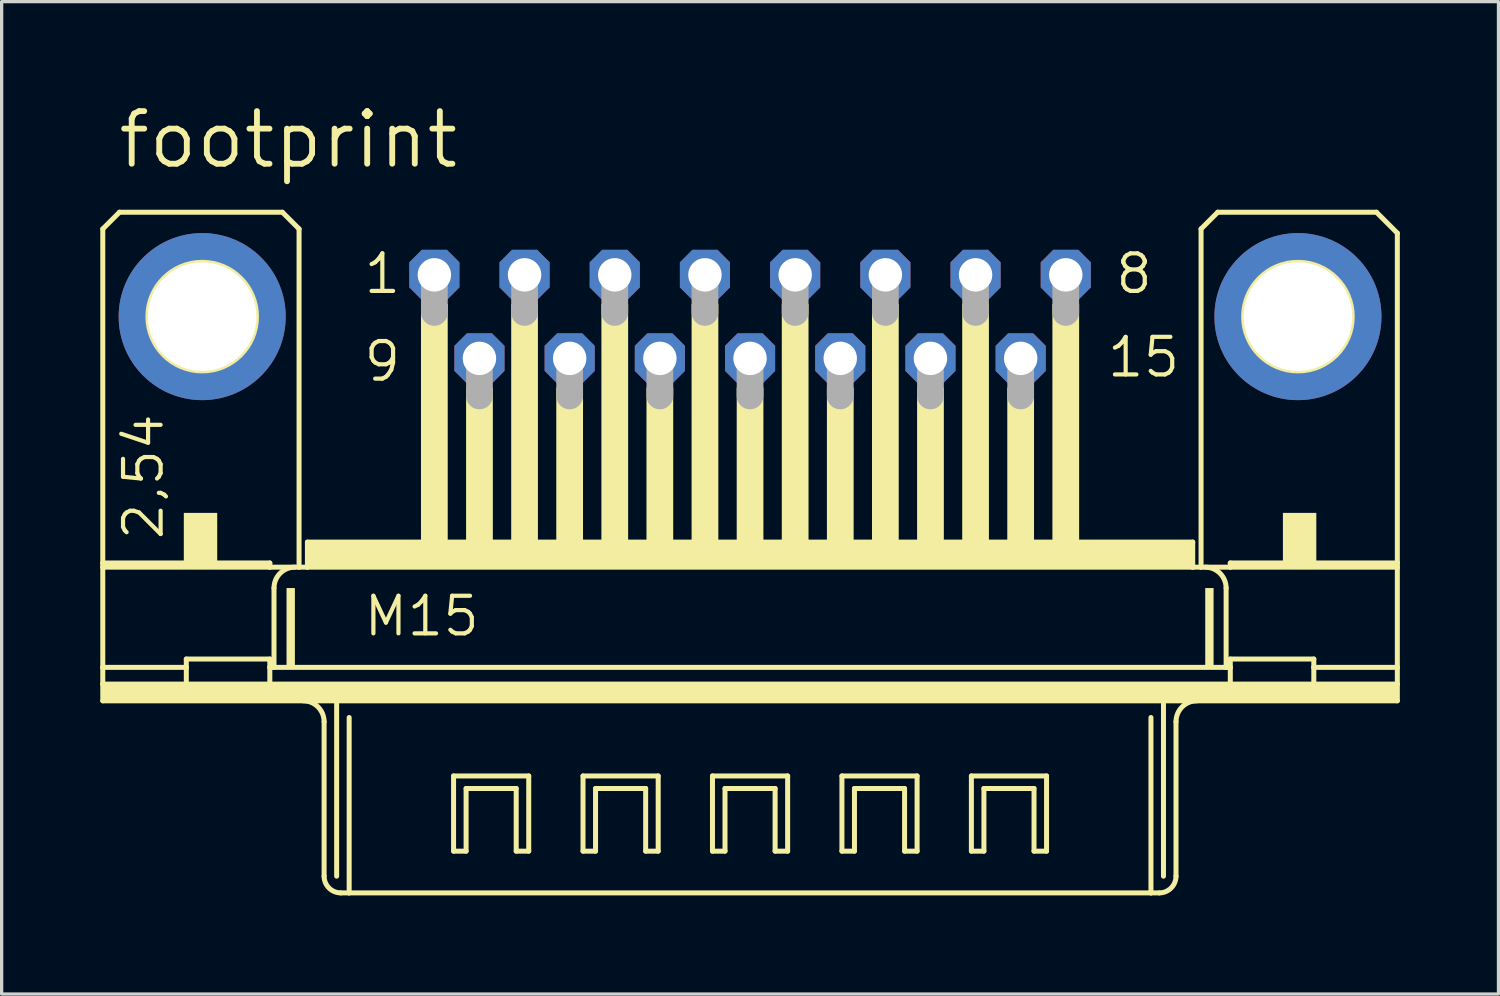
<source format=kicad_pcb>
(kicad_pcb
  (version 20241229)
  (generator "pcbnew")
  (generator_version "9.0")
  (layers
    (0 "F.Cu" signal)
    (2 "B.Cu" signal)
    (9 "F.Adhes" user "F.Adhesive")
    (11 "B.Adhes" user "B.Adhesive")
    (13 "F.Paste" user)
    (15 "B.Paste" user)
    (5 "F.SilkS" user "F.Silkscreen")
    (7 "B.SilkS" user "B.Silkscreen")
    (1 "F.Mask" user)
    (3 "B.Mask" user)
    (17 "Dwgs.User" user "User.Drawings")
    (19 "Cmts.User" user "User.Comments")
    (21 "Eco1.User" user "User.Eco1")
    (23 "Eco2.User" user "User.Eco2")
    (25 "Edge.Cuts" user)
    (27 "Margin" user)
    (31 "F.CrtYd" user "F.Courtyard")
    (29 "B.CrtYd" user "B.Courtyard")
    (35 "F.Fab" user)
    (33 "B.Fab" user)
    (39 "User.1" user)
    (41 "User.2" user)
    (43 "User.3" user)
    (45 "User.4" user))
  (footprint "footprint"
    (layer "F.Cu")
    (at 19.761 6.579)
    (property "Reference" "footprint" (at -19.304 -4.445 0) (layer "F.SilkS") (effects (font (size 1.6 1.6) (thickness 0.178)) (justify left bottom)))
    (fp_line (start -19.685 -2.667) (end -19.685 7.493) (stroke (width 0.152) (type solid)) (layer "F.SilkS"))
    (fp_line (start -19.685 7.62) (end -19.685 7.493) (stroke (width 0.152) (type solid)) (layer "F.SilkS"))
    (fp_line (start -19.685 10.668) (end -19.685 7.62) (stroke (width 0.152) (type solid)) (layer "F.SilkS"))
    (fp_line (start -19.685 11.176) (end -19.685 10.668) (stroke (width 0.152) (type solid)) (layer "F.SilkS"))
    (fp_line (start -19.685 11.684) (end -19.685 11.176) (stroke (width 0.152) (type solid)) (layer "F.SilkS"))
    (fp_line (start -19.177 -3.175) (end -19.685 -2.667) (stroke (width 0.152) (type solid)) (layer "F.SilkS"))
    (fp_line (start -17.145 10.668) (end -19.685 10.668) (stroke (width 0.152) (type solid)) (layer "F.SilkS"))
    (fp_line (start -17.145 10.668) (end -17.145 10.414) (stroke (width 0.152) (type solid)) (layer "F.SilkS"))
    (fp_line (start -17.145 10.668) (end -17.145 11.176) (stroke (width 0.152) (type solid)) (layer "F.SilkS"))
    (fp_line (start -17.145 11.176) (end -19.685 11.176) (stroke (width 0.152) (type solid)) (layer "F.SilkS"))
    (fp_line (start -14.605 7.493) (end -19.685 7.493) (stroke (width 0.152) (type solid)) (layer "F.SilkS"))
    (fp_line (start -14.605 7.493) (end -14.605 7.62) (stroke (width 0.152) (type solid)) (layer "F.SilkS"))
    (fp_line (start -14.605 7.62) (end -19.685 7.62) (stroke (width 0.152) (type solid)) (layer "F.SilkS"))
    (fp_line (start -14.605 10.414) (end -17.145 10.414) (stroke (width 0.152) (type solid)) (layer "F.SilkS"))
    (fp_line (start -14.605 10.414) (end -14.605 10.668) (stroke (width 0.152) (type solid)) (layer "F.SilkS"))
    (fp_line (start -14.605 10.668) (end -14.605 11.176) (stroke (width 0.152) (type solid)) (layer "F.SilkS"))
    (fp_line (start -14.605 11.176) (end -17.145 11.176) (stroke (width 0.152) (type solid)) (layer "F.SilkS"))
    (fp_line (start -14.478 8.255) (end -14.478 10.668) (stroke (width 0.152) (type solid)) (layer "F.SilkS"))
    (fp_line (start -14.478 10.668) (end -14.605 10.668) (stroke (width 0.152) (type solid)) (layer "F.SilkS"))
    (fp_line (start -14.224 -3.175) (end -19.177 -3.175) (stroke (width 0.152) (type solid)) (layer "F.SilkS"))
    (fp_line (start -13.716 -2.667) (end -14.224 -3.175) (stroke (width 0.152) (type solid)) (layer "F.SilkS"))
    (fp_line (start -13.716 -2.667) (end -13.716 7.62) (stroke (width 0.152) (type solid)) (layer "F.SilkS"))
    (fp_line (start -13.716 7.62) (end -14.605 7.62) (stroke (width 0.152) (type solid)) (layer "F.SilkS"))
    (fp_line (start -13.462 7.62) (end -13.716 7.62) (stroke (width 0.152) (type solid)) (layer "F.SilkS"))
    (fp_line (start -13.462 7.62) (end -13.462 6.858) (stroke (width 0.152) (type solid)) (layer "F.SilkS"))
    (fp_line (start -12.954 12.319) (end -12.954 17.018) (stroke (width 0.152) (type solid)) (layer "F.SilkS"))
    (fp_line (start -12.573 11.684) (end -19.685 11.684) (stroke (width 0.152) (type solid)) (layer "F.SilkS"))
    (fp_line (start -12.573 11.684) (end -12.573 17.018) (stroke (width 0.152) (type solid)) (layer "F.SilkS"))
    (fp_line (start -12.192 12.192) (end -12.192 17.526) (stroke (width 0.152) (type solid)) (layer "F.SilkS"))
    (fp_line (start -12.192 17.526) (end -12.446 17.526) (stroke (width 0.152) (type solid)) (layer "F.SilkS"))
    (fp_line (start -9.017 13.97) (end -6.731 13.97) (stroke (width 0.152) (type solid)) (layer "F.SilkS"))
    (fp_line (start -9.017 16.256) (end -9.017 13.97) (stroke (width 0.152) (type solid)) (layer "F.SilkS"))
    (fp_line (start -8.636 14.351) (end -8.636 16.256) (stroke (width 0.152) (type solid)) (layer "F.SilkS"))
    (fp_line (start -8.636 16.256) (end -9.017 16.256) (stroke (width 0.152) (type solid)) (layer "F.SilkS"))
    (fp_line (start -7.112 14.351) (end -8.636 14.351) (stroke (width 0.152) (type solid)) (layer "F.SilkS"))
    (fp_line (start -7.112 16.256) (end -7.112 14.351) (stroke (width 0.152) (type solid)) (layer "F.SilkS"))
    (fp_line (start -6.731 13.97) (end -6.731 16.256) (stroke (width 0.152) (type solid)) (layer "F.SilkS"))
    (fp_line (start -6.731 16.256) (end -7.112 16.256) (stroke (width 0.152) (type solid)) (layer "F.SilkS"))
    (fp_line (start -5.08 13.97) (end -2.794 13.97) (stroke (width 0.152) (type solid)) (layer "F.SilkS"))
    (fp_line (start -5.08 16.256) (end -5.08 13.97) (stroke (width 0.152) (type solid)) (layer "F.SilkS"))
    (fp_line (start -4.699 14.351) (end -4.699 16.256) (stroke (width 0.152) (type solid)) (layer "F.SilkS"))
    (fp_line (start -4.699 16.256) (end -5.08 16.256) (stroke (width 0.152) (type solid)) (layer "F.SilkS"))
    (fp_line (start -3.175 14.351) (end -4.699 14.351) (stroke (width 0.152) (type solid)) (layer "F.SilkS"))
    (fp_line (start -3.175 16.256) (end -3.175 14.351) (stroke (width 0.152) (type solid)) (layer "F.SilkS"))
    (fp_line (start -2.794 13.97) (end -2.794 16.256) (stroke (width 0.152) (type solid)) (layer "F.SilkS"))
    (fp_line (start -2.794 16.256) (end -3.175 16.256) (stroke (width 0.152) (type solid)) (layer "F.SilkS"))
    (fp_line (start -1.143 13.97) (end 1.143 13.97) (stroke (width 0.152) (type solid)) (layer "F.SilkS"))
    (fp_line (start -1.143 16.256) (end -1.143 13.97) (stroke (width 0.152) (type solid)) (layer "F.SilkS"))
    (fp_line (start -0.762 14.351) (end -0.762 16.256) (stroke (width 0.152) (type solid)) (layer "F.SilkS"))
    (fp_line (start -0.762 16.256) (end -1.143 16.256) (stroke (width 0.152) (type solid)) (layer "F.SilkS"))
    (fp_line (start 0.762 14.351) (end -0.762 14.351) (stroke (width 0.152) (type solid)) (layer "F.SilkS"))
    (fp_line (start 0.762 16.256) (end 0.762 14.351) (stroke (width 0.152) (type solid)) (layer "F.SilkS"))
    (fp_line (start 1.143 13.97) (end 1.143 16.256) (stroke (width 0.152) (type solid)) (layer "F.SilkS"))
    (fp_line (start 1.143 16.256) (end 0.762 16.256) (stroke (width 0.152) (type solid)) (layer "F.SilkS"))
    (fp_line (start 2.794 13.97) (end 5.08 13.97) (stroke (width 0.152) (type solid)) (layer "F.SilkS"))
    (fp_line (start 2.794 16.256) (end 2.794 13.97) (stroke (width 0.152) (type solid)) (layer "F.SilkS"))
    (fp_line (start 3.175 14.351) (end 3.175 16.256) (stroke (width 0.152) (type solid)) (layer "F.SilkS"))
    (fp_line (start 3.175 16.256) (end 2.794 16.256) (stroke (width 0.152) (type solid)) (layer "F.SilkS"))
    (fp_line (start 4.699 14.351) (end 3.175 14.351) (stroke (width 0.152) (type solid)) (layer "F.SilkS"))
    (fp_line (start 4.699 16.256) (end 4.699 14.351) (stroke (width 0.152) (type solid)) (layer "F.SilkS"))
    (fp_line (start 5.08 13.97) (end 5.08 16.256) (stroke (width 0.152) (type solid)) (layer "F.SilkS"))
    (fp_line (start 5.08 16.256) (end 4.699 16.256) (stroke (width 0.152) (type solid)) (layer "F.SilkS"))
    (fp_line (start 6.731 13.97) (end 9.017 13.97) (stroke (width 0.152) (type solid)) (layer "F.SilkS"))
    (fp_line (start 6.731 16.256) (end 6.731 13.97) (stroke (width 0.152) (type solid)) (layer "F.SilkS"))
    (fp_line (start 7.112 14.351) (end 7.112 16.256) (stroke (width 0.152) (type solid)) (layer "F.SilkS"))
    (fp_line (start 7.112 16.256) (end 6.731 16.256) (stroke (width 0.152) (type solid)) (layer "F.SilkS"))
    (fp_line (start 8.636 14.351) (end 7.112 14.351) (stroke (width 0.152) (type solid)) (layer "F.SilkS"))
    (fp_line (start 8.636 16.256) (end 8.636 14.351) (stroke (width 0.152) (type solid)) (layer "F.SilkS"))
    (fp_line (start 9.017 13.97) (end 9.017 16.256) (stroke (width 0.152) (type solid)) (layer "F.SilkS"))
    (fp_line (start 9.017 16.256) (end 8.636 16.256) (stroke (width 0.152) (type solid)) (layer "F.SilkS"))
    (fp_line (start 12.192 12.192) (end 12.192 17.526) (stroke (width 0.152) (type solid)) (layer "F.SilkS"))
    (fp_line (start 12.192 17.526) (end -12.192 17.526) (stroke (width 0.152) (type solid)) (layer "F.SilkS"))
    (fp_line (start 12.446 17.526) (end 12.192 17.526) (stroke (width 0.152) (type solid)) (layer "F.SilkS"))
    (fp_line (start 12.573 11.684) (end -12.573 11.684) (stroke (width 0.152) (type solid)) (layer "F.SilkS"))
    (fp_line (start 12.573 11.684) (end 12.573 17.018) (stroke (width 0.152) (type solid)) (layer "F.SilkS"))
    (fp_line (start 12.954 12.319) (end 12.954 17.018) (stroke (width 0.152) (type solid)) (layer "F.SilkS"))
    (fp_line (start 13.462 6.858) (end -13.462 6.858) (stroke (width 0.152) (type solid)) (layer "F.SilkS"))
    (fp_line (start 13.462 7.62) (end -13.462 7.62) (stroke (width 0.152) (type solid)) (layer "F.SilkS"))
    (fp_line (start 13.462 7.62) (end 13.462 6.858) (stroke (width 0.152) (type solid)) (layer "F.SilkS"))
    (fp_line (start 13.716 -2.667) (end 13.716 7.62) (stroke (width 0.152) (type solid)) (layer "F.SilkS"))
    (fp_line (start 13.716 7.62) (end 13.462 7.62) (stroke (width 0.152) (type solid)) (layer "F.SilkS"))
    (fp_line (start 14.224 -3.175) (end 13.716 -2.667) (stroke (width 0.152) (type solid)) (layer "F.SilkS"))
    (fp_line (start 14.224 -3.175) (end 19.05 -3.175) (stroke (width 0.152) (type solid)) (layer "F.SilkS"))
    (fp_line (start 14.478 8.255) (end 14.478 10.668) (stroke (width 0.152) (type solid)) (layer "F.SilkS"))
    (fp_line (start 14.478 10.668) (end -14.478 10.668) (stroke (width 0.152) (type solid)) (layer "F.SilkS"))
    (fp_line (start 14.605 7.493) (end 14.605 7.62) (stroke (width 0.152) (type solid)) (layer "F.SilkS"))
    (fp_line (start 14.605 7.62) (end 13.716 7.62) (stroke (width 0.152) (type solid)) (layer "F.SilkS"))
    (fp_line (start 14.605 10.414) (end 14.605 10.668) (stroke (width 0.152) (type solid)) (layer "F.SilkS"))
    (fp_line (start 14.605 10.668) (end 14.478 10.668) (stroke (width 0.152) (type solid)) (layer "F.SilkS"))
    (fp_line (start 14.605 10.668) (end 14.605 11.176) (stroke (width 0.152) (type solid)) (layer "F.SilkS"))
    (fp_line (start 14.605 11.176) (end -14.605 11.176) (stroke (width 0.152) (type solid)) (layer "F.SilkS"))
    (fp_line (start 17.145 10.414) (end 14.605 10.414) (stroke (width 0.152) (type solid)) (layer "F.SilkS"))
    (fp_line (start 17.145 10.668) (end 17.145 10.414) (stroke (width 0.152) (type solid)) (layer "F.SilkS"))
    (fp_line (start 17.145 10.668) (end 17.145 11.176) (stroke (width 0.152) (type solid)) (layer "F.SilkS"))
    (fp_line (start 17.145 11.176) (end 14.605 11.176) (stroke (width 0.152) (type solid)) (layer "F.SilkS"))
    (fp_line (start 19.05 -3.175) (end 19.685 -2.54) (stroke (width 0.152) (type solid)) (layer "F.SilkS"))
    (fp_line (start 19.685 -2.54) (end 19.685 7.493) (stroke (width 0.152) (type solid)) (layer "F.SilkS"))
    (fp_line (start 19.685 7.493) (end 14.605 7.493) (stroke (width 0.152) (type solid)) (layer "F.SilkS"))
    (fp_line (start 19.685 7.62) (end 14.605 7.62) (stroke (width 0.152) (type solid)) (layer "F.SilkS"))
    (fp_line (start 19.685 7.62) (end 19.685 7.493) (stroke (width 0.152) (type solid)) (layer "F.SilkS"))
    (fp_line (start 19.685 7.62) (end 19.685 10.668) (stroke (width 0.152) (type solid)) (layer "F.SilkS"))
    (fp_line (start 19.685 10.668) (end 17.145 10.668) (stroke (width 0.152) (type solid)) (layer "F.SilkS"))
    (fp_line (start 19.685 10.668) (end 19.685 11.176) (stroke (width 0.152) (type solid)) (layer "F.SilkS"))
    (fp_line (start 19.685 11.176) (end 17.145 11.176) (stroke (width 0.152) (type solid)) (layer "F.SilkS"))
    (fp_line (start 19.685 11.176) (end 19.685 11.684) (stroke (width 0.152) (type solid)) (layer "F.SilkS"))
    (fp_line (start 19.685 11.684) (end 12.573 11.684) (stroke (width 0.152) (type solid)) (layer "F.SilkS"))
    (fp_arc (start -14.478 8.255) (mid -14.292013 7.805987) (end -13.843 7.62) (stroke (width 0.1524) (type solid)) (layer "F.SilkS"))
    (fp_arc (start -13.589 11.684) (mid -13.139987 11.869987) (end -12.954 12.319) (stroke (width 0.1524) (type solid)) (layer "F.SilkS"))
    (fp_arc (start -12.446 17.526) (mid -12.80521 17.37721) (end -12.954 17.018) (stroke (width 0.1524) (type solid)) (layer "F.SilkS"))
    (fp_arc (start 12.954 12.319) (mid 13.139987 11.869987) (end 13.589 11.684) (stroke (width 0.1524) (type solid)) (layer "F.SilkS"))
    (fp_arc (start 12.954 17.018) (mid 12.80521 17.37721) (end 12.446 17.526) (stroke (width 0.1524) (type solid)) (layer "F.SilkS"))
    (fp_arc (start 13.843 7.62) (mid 14.292013 7.805987) (end 14.478 8.255) (stroke (width 0.1524) (type solid)) (layer "F.SilkS"))
    (fp_circle (center -16.662 0) (end -15.011 0) (stroke (width 0.152) (type solid)) (fill no) (layer "F.SilkS"))
    (fp_circle (center 16.662 0) (end 18.313 0) (stroke (width 0.152) (type solid)) (fill no) (layer "F.SilkS"))
    (fp_poly (pts (xy -19.685 11.684) (xy 19.685 11.684) (xy 19.685 11.176) (xy -19.685 11.176)) (stroke (width 0) (type solid)) (fill yes) (layer "F.SilkS"))
    (fp_poly (pts (xy -17.221 7.62) (xy -16.205 7.62) (xy -16.205 5.969) (xy -17.221 5.969)) (stroke (width 0) (type solid)) (fill yes) (layer "F.SilkS"))
    (fp_poly (pts (xy -14.097 10.668) (xy -13.843 10.668) (xy -13.843 8.255) (xy -14.097 8.255)) (stroke (width 0) (type solid)) (fill yes) (layer "F.SilkS"))
    (fp_poly (pts (xy -13.462 7.62) (xy 13.462 7.62) (xy 13.462 6.858) (xy -13.462 6.858)) (stroke (width 0) (type solid)) (fill yes) (layer "F.SilkS"))
    (fp_poly (pts (xy -10.008 6.858) (xy -9.195 6.858) (xy -9.195 -0.381) (xy -10.008 -0.381)) (stroke (width 0) (type solid)) (fill yes) (layer "F.SilkS"))
    (fp_poly (pts (xy -8.636 6.858) (xy -7.823 6.858) (xy -7.823 2.159) (xy -8.636 2.159)) (stroke (width 0) (type solid)) (fill yes) (layer "F.SilkS"))
    (fp_poly (pts (xy -7.264 6.858) (xy -6.452 6.858) (xy -6.452 -0.381) (xy -7.264 -0.381)) (stroke (width 0) (type solid)) (fill yes) (layer "F.SilkS"))
    (fp_poly (pts (xy -5.893 6.858) (xy -5.08 6.858) (xy -5.08 2.159) (xy -5.893 2.159)) (stroke (width 0) (type solid)) (fill yes) (layer "F.SilkS"))
    (fp_poly (pts (xy -4.521 6.858) (xy -3.708 6.858) (xy -3.708 -0.381) (xy -4.521 -0.381)) (stroke (width 0) (type solid)) (fill yes) (layer "F.SilkS"))
    (fp_poly (pts (xy -3.15 6.858) (xy -2.337 6.858) (xy -2.337 2.159) (xy -3.15 2.159)) (stroke (width 0) (type solid)) (fill yes) (layer "F.SilkS"))
    (fp_poly (pts (xy -1.778 6.858) (xy -0.965 6.858) (xy -0.965 -0.381) (xy -1.778 -0.381)) (stroke (width 0) (type solid)) (fill yes) (layer "F.SilkS"))
    (fp_poly (pts (xy -0.406 6.858) (xy 0.406 6.858) (xy 0.406 2.159) (xy -0.406 2.159)) (stroke (width 0) (type solid)) (fill yes) (layer "F.SilkS"))
    (fp_poly (pts (xy 0.965 6.858) (xy 1.778 6.858) (xy 1.778 -0.381) (xy 0.965 -0.381)) (stroke (width 0) (type solid)) (fill yes) (layer "F.SilkS"))
    (fp_poly (pts (xy 2.337 6.858) (xy 3.15 6.858) (xy 3.15 2.159) (xy 2.337 2.159)) (stroke (width 0) (type solid)) (fill yes) (layer "F.SilkS"))
    (fp_poly (pts (xy 3.708 6.858) (xy 4.521 6.858) (xy 4.521 -0.381) (xy 3.708 -0.381)) (stroke (width 0) (type solid)) (fill yes) (layer "F.SilkS"))
    (fp_poly (pts (xy 5.08 6.858) (xy 5.893 6.858) (xy 5.893 2.159) (xy 5.08 2.159)) (stroke (width 0) (type solid)) (fill yes) (layer "F.SilkS"))
    (fp_poly (pts (xy 6.452 6.858) (xy 7.264 6.858) (xy 7.264 -0.381) (xy 6.452 -0.381)) (stroke (width 0) (type solid)) (fill yes) (layer "F.SilkS"))
    (fp_poly (pts (xy 7.823 6.858) (xy 8.636 6.858) (xy 8.636 2.159) (xy 7.823 2.159)) (stroke (width 0) (type solid)) (fill yes) (layer "F.SilkS"))
    (fp_poly (pts (xy 9.195 6.858) (xy 10.008 6.858) (xy 10.008 -0.381) (xy 9.195 -0.381)) (stroke (width 0) (type solid)) (fill yes) (layer "F.SilkS"))
    (fp_poly (pts (xy 13.843 10.668) (xy 14.097 10.668) (xy 14.097 8.255) (xy 13.843 8.255)) (stroke (width 0) (type solid)) (fill yes) (layer "F.SilkS"))
    (fp_poly (pts (xy 16.205 7.62) (xy 17.221 7.62) (xy 17.221 5.969) (xy 16.205 5.969)) (stroke (width 0) (type solid)) (fill yes) (layer "F.SilkS"))
    (fp_line (start -9.601 -1.143) (end -9.601 -0.127) (stroke (width 0.813) (type solid)) (layer "F.Fab"))
    (fp_line (start -8.23 1.397) (end -8.23 2.413) (stroke (width 0.813) (type solid)) (layer "F.Fab"))
    (fp_line (start -6.858 -1.143) (end -6.858 -0.127) (stroke (width 0.813) (type solid)) (layer "F.Fab"))
    (fp_line (start -5.486 1.397) (end -5.486 2.413) (stroke (width 0.813) (type solid)) (layer "F.Fab"))
    (fp_line (start -4.115 -1.143) (end -4.115 -0.127) (stroke (width 0.813) (type solid)) (layer "F.Fab"))
    (fp_line (start -2.743 1.397) (end -2.743 2.413) (stroke (width 0.813) (type solid)) (layer "F.Fab"))
    (fp_line (start -1.372 -1.143) (end -1.372 -0.127) (stroke (width 0.813) (type solid)) (layer "F.Fab"))
    (fp_line (start 0 1.397) (end 0 2.413) (stroke (width 0.813) (type solid)) (layer "F.Fab"))
    (fp_line (start 1.372 -1.143) (end 1.372 -0.127) (stroke (width 0.813) (type solid)) (layer "F.Fab"))
    (fp_line (start 2.743 1.397) (end 2.743 2.413) (stroke (width 0.813) (type solid)) (layer "F.Fab"))
    (fp_line (start 4.115 -1.143) (end 4.115 -0.127) (stroke (width 0.813) (type solid)) (layer "F.Fab"))
    (fp_line (start 5.486 1.397) (end 5.486 2.413) (stroke (width 0.813) (type solid)) (layer "F.Fab"))
    (fp_line (start 6.858 -1.143) (end 6.858 -0.127) (stroke (width 0.813) (type solid)) (layer "F.Fab"))
    (fp_line (start 8.23 1.397) (end 8.23 2.413) (stroke (width 0.813) (type solid)) (layer "F.Fab"))
    (fp_line (start 9.601 -1.143) (end 9.601 -0.127) (stroke (width 0.813) (type solid)) (layer "F.Fab"))
    (fp_text user "15" (at 10.795 1.905 0) (layer "F.SilkS") (effects (font (size 1.143 1.143) (thickness 0.127)) (justify left bottom)))
    (fp_text user "M15" (at -11.811 9.779 0) (layer "F.SilkS") (effects (font (size 1.143 1.143) (thickness 0.127)) (justify left bottom)))
    (fp_text user "9" (at -11.811 2.032 0) (layer "F.SilkS") (effects (font (size 1.143 1.143) (thickness 0.127)) (justify left bottom)))
    (fp_text user "1" (at -11.811 -0.635 0) (layer "F.SilkS") (effects (font (size 1.143 1.143) (thickness 0.127)) (justify left bottom)))
    (fp_text user "8" (at 11.049 -0.635 0) (layer "F.SilkS") (effects (font (size 1.143 1.143) (thickness 0.127)) (justify left bottom)))
    (fp_text user "2,54" (at -17.78 6.858 90) (layer "F.SilkS") (effects (font (size 1.143 1.143) (thickness 0.127)) (justify left bottom)))
    (pad "1" thru_hole roundrect (at -9.601 -1.27) (size 1.524 1.524) (drill 1.016) (layers "*.Cu" "*.Mask") (roundrect_rratio 0.25) (chamfer_ratio 0.25) (chamfer top_left top_right bottom_left bottom_right))
    (pad "2" thru_hole roundrect (at -6.858 -1.27) (size 1.524 1.524) (drill 1.016) (layers "*.Cu" "*.Mask") (roundrect_rratio 0.25) (chamfer_ratio 0.25) (chamfer top_left top_right bottom_left bottom_right))
    (pad "3" thru_hole roundrect (at -4.115 -1.27) (size 1.524 1.524) (drill 1.016) (layers "*.Cu" "*.Mask") (roundrect_rratio 0.25) (chamfer_ratio 0.25) (chamfer top_left top_right bottom_left bottom_right))
    (pad "4" thru_hole roundrect (at -1.372 -1.27) (size 1.524 1.524) (drill 1.016) (layers "*.Cu" "*.Mask") (roundrect_rratio 0.25) (chamfer_ratio 0.25) (chamfer top_left top_right bottom_left bottom_right))
    (pad "5" thru_hole roundrect (at 1.372 -1.27) (size 1.524 1.524) (drill 1.016) (layers "*.Cu" "*.Mask") (roundrect_rratio 0.25) (chamfer_ratio 0.25) (chamfer top_left top_right bottom_left bottom_right))
    (pad "6" thru_hole roundrect (at 4.115 -1.27) (size 1.524 1.524) (drill 1.016) (layers "*.Cu" "*.Mask") (roundrect_rratio 0.25) (chamfer_ratio 0.25) (chamfer top_left top_right bottom_left bottom_right))
    (pad "7" thru_hole roundrect (at 6.858 -1.27) (size 1.524 1.524) (drill 1.016) (layers "*.Cu" "*.Mask") (roundrect_rratio 0.25) (chamfer_ratio 0.25) (chamfer top_left top_right bottom_left bottom_right))
    (pad "8" thru_hole roundrect (at 9.601 -1.27) (size 1.524 1.524) (drill 1.016) (layers "*.Cu" "*.Mask") (roundrect_rratio 0.25) (chamfer_ratio 0.25) (chamfer top_left top_right bottom_left bottom_right))
    (pad "9" thru_hole roundrect (at -8.23 1.27) (size 1.524 1.524) (drill 1.016) (layers "*.Cu" "*.Mask") (roundrect_rratio 0.25) (chamfer_ratio 0.25) (chamfer top_left top_right bottom_left bottom_right))
    (pad "10" thru_hole roundrect (at -5.486 1.27) (size 1.524 1.524) (drill 1.016) (layers "*.Cu" "*.Mask") (roundrect_rratio 0.25) (chamfer_ratio 0.25) (chamfer top_left top_right bottom_left bottom_right))
    (pad "11" thru_hole roundrect (at -2.743 1.27) (size 1.524 1.524) (drill 1.016) (layers "*.Cu" "*.Mask") (roundrect_rratio 0.25) (chamfer_ratio 0.25) (chamfer top_left top_right bottom_left bottom_right))
    (pad "12" thru_hole roundrect (at 0 1.27) (size 1.524 1.524) (drill 1.016) (layers "*.Cu" "*.Mask") (roundrect_rratio 0.25) (chamfer_ratio 0.25) (chamfer top_left top_right bottom_left bottom_right))
    (pad "13" thru_hole roundrect (at 2.743 1.27) (size 1.524 1.524) (drill 1.016) (layers "*.Cu" "*.Mask") (roundrect_rratio 0.25) (chamfer_ratio 0.25) (chamfer top_left top_right bottom_left bottom_right))
    (pad "14" thru_hole roundrect (at 5.486 1.27) (size 1.524 1.524) (drill 1.016) (layers "*.Cu" "*.Mask") (roundrect_rratio 0.25) (chamfer_ratio 0.25) (chamfer top_left top_right bottom_left bottom_right))
    (pad "15" thru_hole roundrect (at 8.23 1.27) (size 1.524 1.524) (drill 1.016) (layers "*.Cu" "*.Mask") (roundrect_rratio 0.25) (chamfer_ratio 0.25) (chamfer top_left top_right bottom_left bottom_right))
    (pad "G1" thru_hole circle (at -16.662 0) (size 5.08 5.08) (drill 3.302) (layers "*.Cu" "*.Mask"))
    (pad "G2" thru_hole circle (at 16.662 0) (size 5.08 5.08) (drill 3.302) (layers "*.Cu" "*.Mask")))
  (gr_rect
    (start -3 -3)
    (end 42.522 27.181)
    (stroke (width 0.1) (type default))
    (fill no)
    (layer "Edge.Cuts")))
</source>
